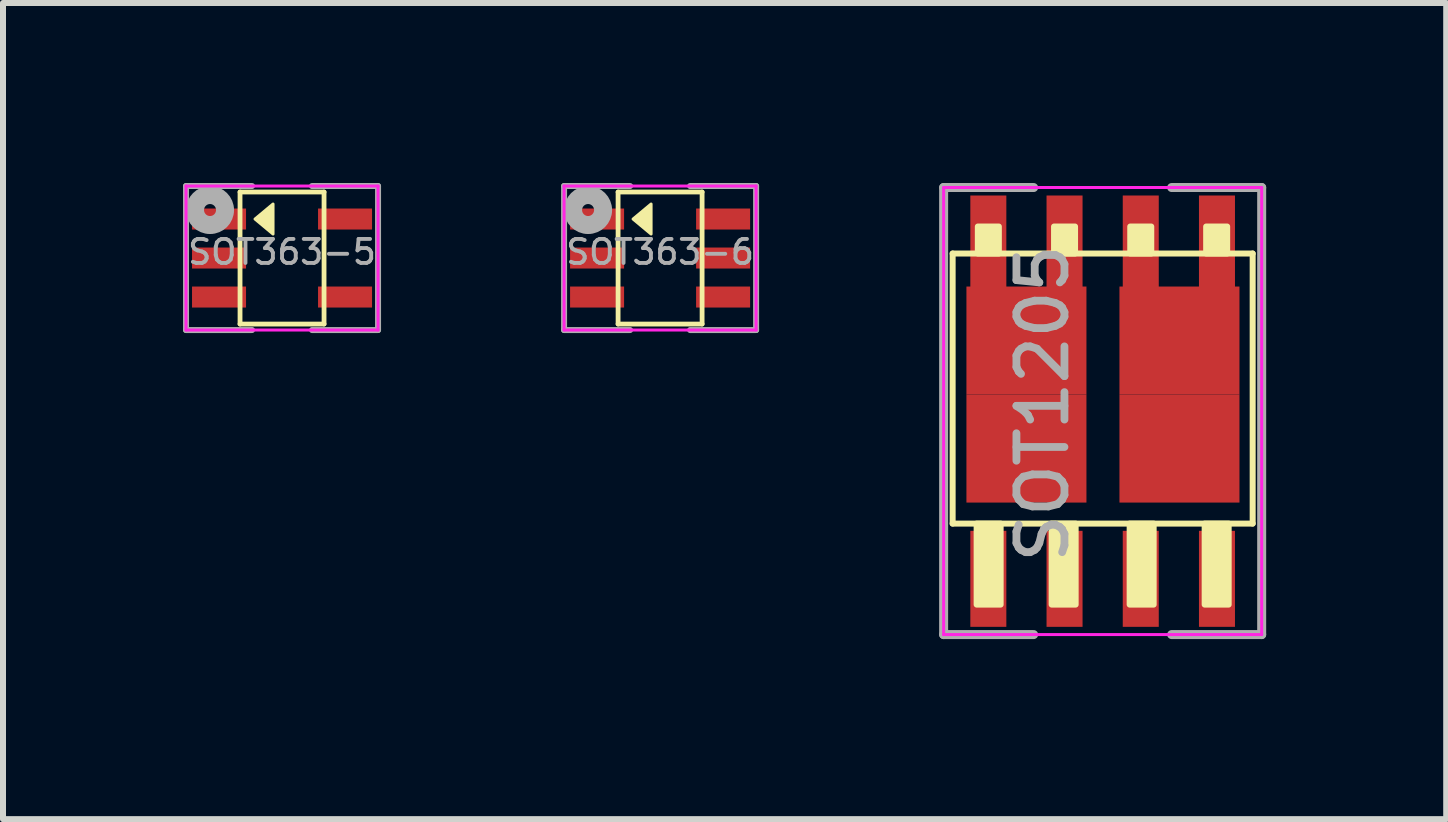
<source format=kicad_pcb>
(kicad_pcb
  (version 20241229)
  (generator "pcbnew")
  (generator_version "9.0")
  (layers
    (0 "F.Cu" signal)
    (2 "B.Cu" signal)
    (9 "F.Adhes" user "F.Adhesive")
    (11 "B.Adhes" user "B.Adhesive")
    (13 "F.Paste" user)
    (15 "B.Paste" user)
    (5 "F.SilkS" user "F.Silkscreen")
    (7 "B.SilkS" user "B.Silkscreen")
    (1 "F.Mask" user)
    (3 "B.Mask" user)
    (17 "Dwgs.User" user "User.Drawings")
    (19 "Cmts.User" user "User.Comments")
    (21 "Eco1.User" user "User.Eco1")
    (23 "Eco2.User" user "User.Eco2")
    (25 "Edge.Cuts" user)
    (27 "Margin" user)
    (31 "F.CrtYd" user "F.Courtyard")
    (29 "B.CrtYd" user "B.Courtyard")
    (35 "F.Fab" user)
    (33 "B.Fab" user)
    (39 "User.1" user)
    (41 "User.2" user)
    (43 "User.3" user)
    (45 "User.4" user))
  (footprint "SOT363-5"
    (layer "F.Cu")
    (at 1.65 1.25)
    (property "Reference" "SOT363-5" (at 0 -0.1 0) (layer "F.Fab") (effects (font (size 0.4 0.4) (thickness 0.065))))
    (attr smd)
    (fp_line (start -0.7 -1.1) (end 0.7 -1.1) (stroke (width 0.08) (type solid)) (layer "F.SilkS"))
    (fp_line (start -0.7 1.1) (end -0.7 -1.1) (stroke (width 0.08) (type solid)) (layer "F.SilkS"))
    (fp_line (start 0.7 -1.1) (end 0.7 1.1) (stroke (width 0.08) (type solid)) (layer "F.SilkS"))
    (fp_line (start 0.7 1.1) (end -0.7 1.1) (stroke (width 0.08) (type solid)) (layer "F.SilkS"))
    (fp_poly (pts (xy -0.15 -0.4) (xy -0.45 -0.65) (xy -0.15 -0.9)) (stroke (width 0.05) (type solid)) (fill yes) (layer "F.SilkS"))
    (fp_line (start -1.6 -1.2) (end 1.6 -1.2) (stroke (width 0.05) (type solid)) (layer "F.CrtYd"))
    (fp_line (start -1.6 1.2) (end -1.6 -1.2) (stroke (width 0.05) (type solid)) (layer "F.CrtYd"))
    (fp_line (start 1.6 -1.2) (end 1.6 1.2) (stroke (width 0.05) (type solid)) (layer "F.CrtYd"))
    (fp_line (start 1.6 1.2) (end -1.6 1.2) (stroke (width 0.05) (type solid)) (layer "F.CrtYd"))
    (fp_line (start -1.6 -1.2) (end -1.6 1.2) (stroke (width 0.1) (type solid)) (layer "F.Fab"))
    (fp_line (start -1.6 1.2) (end -0.5 1.2) (stroke (width 0.1) (type solid)) (layer "F.Fab"))
    (fp_line (start -0.5 -1.2) (end -1.6 -1.2) (stroke (width 0.1) (type solid)) (layer "F.Fab"))
    (fp_line (start 0.5 1.2) (end 1.6 1.2) (stroke (width 0.1) (type solid)) (layer "F.Fab"))
    (fp_line (start 1.6 -1.2) (end 0.5 -1.2) (stroke (width 0.1) (type solid)) (layer "F.Fab"))
    (fp_line (start 1.6 1.2) (end 1.6 -1.2) (stroke (width 0.1) (type solid)) (layer "F.Fab"))
    (fp_circle (center -1.2 -0.8) (end -1.1 -0.8) (stroke (width 0.3) (type solid)) (fill no) (layer "F.Fab"))
    (pad "1" smd rect (at -1.05 -0.65) (size 0.9 0.35) (layers "F.Cu" "F.Mask" "F.Paste"))
    (pad "2" smd rect (at -1.05 0) (size 0.9 0.35) (layers "F.Cu" "F.Mask" "F.Paste"))
    (pad "3" smd rect (at -1.05 0.65) (size 0.9 0.35) (layers "F.Cu" "F.Mask" "F.Paste"))
    (pad "4" smd rect (at 1.05 0.65) (size 0.9 0.35) (layers "F.Cu" "F.Mask" "F.Paste"))
    (pad "5" smd rect (at 1.05 -0.65) (size 0.9 0.35) (layers "F.Cu" "F.Mask" "F.Paste")))
  (footprint "SOT1205"
    (layer "F.Cu")
    (at 15.325 3.675)
    (property "Reference" "SOT1205" (at -1 0 90) (layer "F.Fab") (effects (font (size 0.8 0.8) (thickness 0.13))))
    (attr smd)
    (fp_line (start -2.5 -2.5) (end -2.5 2) (stroke (width 0.1) (type solid)) (layer "F.SilkS"))
    (fp_line (start -2.5 -2.5) (end 2.5 -2.5) (stroke (width 0.1) (type solid)) (layer "F.SilkS"))
    (fp_line (start 2.5 -2.5) (end 2.5 2) (stroke (width 0.1) (type solid)) (layer "F.SilkS"))
    (fp_line (start 2.5 2) (end -2.5 2) (stroke (width 0.1) (type solid)) (layer "F.SilkS"))
    (fp_rect (start -2.08 -2.95) (end -1.73 -2.5) (stroke (width 0.1) (type solid)) (fill yes) (layer "F.SilkS"))
    (fp_rect (start -0.81 -2.95) (end -0.46 -2.5) (stroke (width 0.1) (type solid)) (fill yes) (layer "F.SilkS"))
    (fp_rect (start 0.46 -2.95) (end 0.81 -2.5) (stroke (width 0.1) (type solid)) (fill yes) (layer "F.SilkS"))
    (fp_rect (start 1.725 -2.95) (end 2.075 -2.5) (stroke (width 0.1) (type solid)) (fill yes) (layer "F.SilkS"))
    (fp_poly (pts (xy -1.7 3.35) (xy -2.1 3.35) (xy -2.1 2) (xy -1.7 2)) (stroke (width 0.1) (type solid)) (fill yes) (layer "F.SilkS"))
    (fp_poly (pts (xy -0.45 3.35) (xy -0.85 3.35) (xy -0.85 2) (xy -0.45 2)) (stroke (width 0.1) (type solid)) (fill yes) (layer "F.SilkS"))
    (fp_poly (pts (xy 0.85 3.35) (xy 0.45 3.35) (xy 0.45 2) (xy 0.85 2)) (stroke (width 0.1) (type solid)) (fill yes) (layer "F.SilkS"))
    (fp_poly (pts (xy 2.1 3.35) (xy 1.7 3.35) (xy 1.7 2) (xy 2.1 2)) (stroke (width 0.1) (type solid)) (fill yes) (layer "F.SilkS"))
    (fp_line (start -2.65 3.85) (end -2.65 -3.6) (stroke (width 0.05) (type solid)) (layer "F.CrtYd"))
    (fp_line (start 2.65 -3.6) (end -2.65 -3.6) (stroke (width 0.05) (type solid)) (layer "F.CrtYd"))
    (fp_line (start 2.65 3.85) (end -2.65 3.85) (stroke (width 0.05) (type solid)) (layer "F.CrtYd"))
    (fp_line (start 2.65 3.85) (end 2.65 -3.6) (stroke (width 0.05) (type solid)) (layer "F.CrtYd"))
    (fp_line (start -2.65 -3.6) (end -2.65 3.85) (stroke (width 0.15) (type solid)) (layer "F.Fab"))
    (fp_line (start -2.65 -3.6) (end -1.15 -3.6) (stroke (width 0.15) (type solid)) (layer "F.Fab"))
    (fp_line (start -2.65 3.85) (end -1.15 3.85) (stroke (width 0.15) (type solid)) (layer "F.Fab"))
    (fp_line (start 1.15 -3.6) (end 2.65 -3.6) (stroke (width 0.15) (type solid)) (layer "F.Fab"))
    (fp_line (start 1.15 3.85) (end 2.65 3.85) (stroke (width 0.15) (type solid)) (layer "F.Fab"))
    (fp_line (start 2.65 -3.6) (end 2.65 3.85) (stroke (width 0.15) (type solid)) (layer "F.Fab"))
    (pad "1" smd rect (at -1.905 2.921 90) (size 1.6 0.6) (layers "F.Cu" "F.Mask" "F.Paste"))
    (pad "2" smd rect (at -0.635 2.921 90) (size 1.6 0.6) (layers "F.Cu" "F.Mask" "F.Paste"))
    (pad "3" smd rect (at 0.635 2.921 90) (size 1.6 0.6) (layers "F.Cu" "F.Mask" "F.Paste"))
    (pad "4" smd rect (at 1.905 2.921 90) (size 1.6 0.6) (layers "F.Cu" "F.Mask" "F.Paste"))
    (pad "5" smd rect (at 0.635 -2.667 90) (size 1.6 0.6) (layers "F.Cu" "F.Mask" "F.Paste"))
    (pad "5" smd rect (at 1.28 -1.05 90) (size 1.8 2) (layers "F.Cu" "F.Mask" "F.Paste"))
    (pad "5" smd rect (at 1.28 0.75 90) (size 1.8 2) (layers "F.Cu" "F.Mask" "F.Paste"))
    (pad "5" smd rect (at 1.905 -2.667 90) (size 1.6 0.6) (layers "F.Cu" "F.Mask" "F.Paste"))
    (pad "6" smd rect (at -1.905 -2.667 90) (size 1.6 0.6) (layers "F.Cu" "F.Mask" "F.Paste"))
    (pad "6" smd rect (at -1.27 -1.05 90) (size 1.8 2) (layers "F.Cu" "F.Mask" "F.Paste"))
    (pad "6" smd rect (at -1.27 0.75 90) (size 1.8 2) (layers "F.Cu" "F.Mask" "F.Paste"))
    (pad "6" smd rect (at -0.635 -2.667 90) (size 1.6 0.6) (layers "F.Cu" "F.Mask" "F.Paste")))
  (footprint "SOT363-6"
    (layer "F.Cu")
    (at 7.95 1.25)
    (property "Reference" "SOT363-6" (at 0 -0.1 0) (layer "F.Fab") (effects (font (size 0.4 0.4) (thickness 0.065))))
    (attr smd)
    (fp_line (start -0.7 -1.1) (end 0.7 -1.1) (stroke (width 0.08) (type solid)) (layer "F.SilkS"))
    (fp_line (start -0.7 1.1) (end -0.7 -1.1) (stroke (width 0.08) (type solid)) (layer "F.SilkS"))
    (fp_line (start 0.7 -1.1) (end 0.7 1.1) (stroke (width 0.08) (type solid)) (layer "F.SilkS"))
    (fp_line (start 0.7 1.1) (end -0.7 1.1) (stroke (width 0.08) (type solid)) (layer "F.SilkS"))
    (fp_poly (pts (xy -0.15 -0.4) (xy -0.45 -0.65) (xy -0.15 -0.9)) (stroke (width 0.05) (type solid)) (fill yes) (layer "F.SilkS"))
    (fp_line (start -1.6 -1.2) (end 1.6 -1.2) (stroke (width 0.05) (type solid)) (layer "F.CrtYd"))
    (fp_line (start -1.6 1.2) (end -1.6 -1.2) (stroke (width 0.05) (type solid)) (layer "F.CrtYd"))
    (fp_line (start 1.6 -1.2) (end 1.6 1.2) (stroke (width 0.05) (type solid)) (layer "F.CrtYd"))
    (fp_line (start 1.6 1.2) (end -1.6 1.2) (stroke (width 0.05) (type solid)) (layer "F.CrtYd"))
    (fp_line (start -1.6 -1.2) (end -1.6 1.2) (stroke (width 0.1) (type solid)) (layer "F.Fab"))
    (fp_line (start -1.6 1.2) (end -0.5 1.2) (stroke (width 0.1) (type solid)) (layer "F.Fab"))
    (fp_line (start -0.5 -1.2) (end -1.6 -1.2) (stroke (width 0.1) (type solid)) (layer "F.Fab"))
    (fp_line (start 0.5 1.2) (end 1.6 1.2) (stroke (width 0.1) (type solid)) (layer "F.Fab"))
    (fp_line (start 1.6 -1.2) (end 0.5 -1.2) (stroke (width 0.1) (type solid)) (layer "F.Fab"))
    (fp_line (start 1.6 1.2) (end 1.6 -1.2) (stroke (width 0.1) (type solid)) (layer "F.Fab"))
    (fp_circle (center -1.2 -0.8) (end -1.1 -0.8) (stroke (width 0.3) (type solid)) (fill no) (layer "F.Fab"))
    (pad "1" smd rect (at -1.05 -0.65) (size 0.9 0.35) (layers "F.Cu" "F.Mask" "F.Paste"))
    (pad "2" smd rect (at -1.05 0) (size 0.9 0.35) (layers "F.Cu" "F.Mask" "F.Paste"))
    (pad "3" smd rect (at -1.05 0.65) (size 0.9 0.35) (layers "F.Cu" "F.Mask" "F.Paste"))
    (pad "4" smd rect (at 1.05 0.65) (size 0.9 0.35) (layers "F.Cu" "F.Mask" "F.Paste"))
    (pad "5" smd rect (at 1.05 0) (size 0.9 0.35) (layers "F.Cu" "F.Mask" "F.Paste"))
    (pad "6" smd rect (at 1.05 -0.65) (size 0.9 0.35) (layers "F.Cu" "F.Mask" "F.Paste")))
  (gr_rect
    (start -3 -3)
    (end 21.05 10.6)
    (stroke (width 0.1) (type default))
    (fill no)
    (layer "Edge.Cuts")))
</source>
